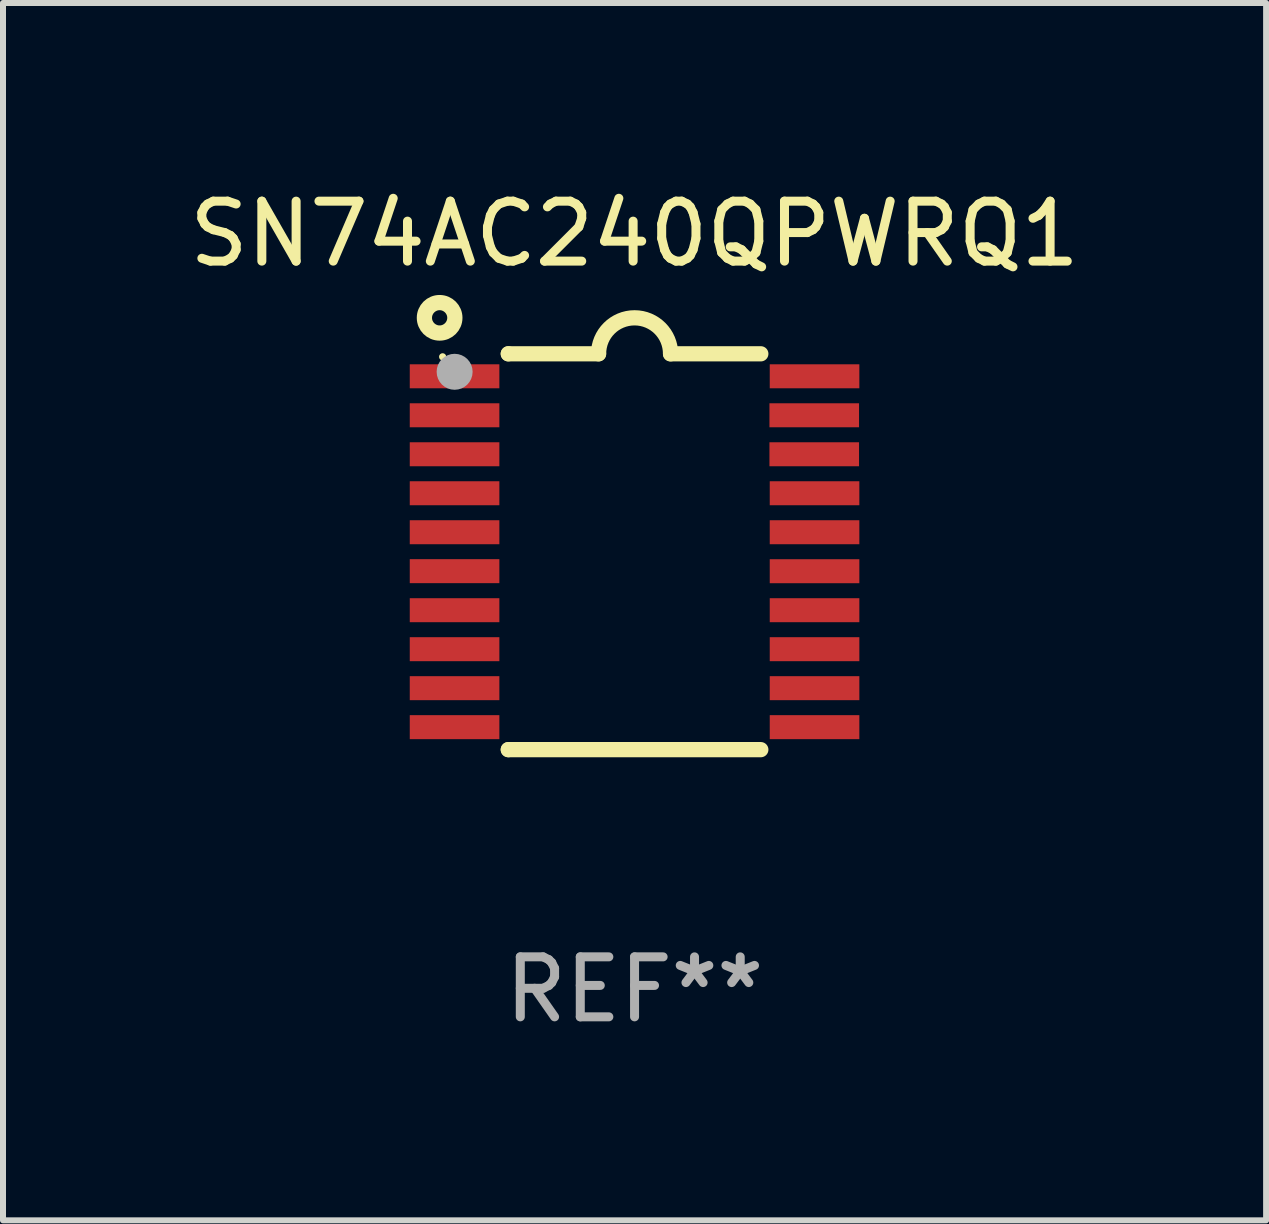
<source format=kicad_pcb>
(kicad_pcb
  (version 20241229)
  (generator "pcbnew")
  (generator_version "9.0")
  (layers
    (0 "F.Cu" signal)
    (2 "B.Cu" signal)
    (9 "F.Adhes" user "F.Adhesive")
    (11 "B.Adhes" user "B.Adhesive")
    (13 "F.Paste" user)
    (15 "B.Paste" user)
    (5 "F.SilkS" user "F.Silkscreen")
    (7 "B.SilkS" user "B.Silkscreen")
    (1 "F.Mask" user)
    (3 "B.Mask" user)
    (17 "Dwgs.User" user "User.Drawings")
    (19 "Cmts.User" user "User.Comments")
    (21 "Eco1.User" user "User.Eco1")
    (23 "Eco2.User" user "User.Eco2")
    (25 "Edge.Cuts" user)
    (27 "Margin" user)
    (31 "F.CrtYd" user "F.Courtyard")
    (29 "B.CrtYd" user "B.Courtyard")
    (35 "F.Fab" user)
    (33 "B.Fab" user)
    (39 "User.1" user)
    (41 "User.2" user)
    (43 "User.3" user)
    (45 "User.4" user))
  (footprint "SN74AC240QPWRQ1"
    (layer "F.Cu")
    (at 7.53 6.149)
    (property "Reference" "SN74AC240QPWRQ1" (at 0 -5.3 0) (layer "F.SilkS") (effects (font (size 1 1) (thickness 0.15))))
    (attr through_hole)
    (fp_line (start -2.105 -3.3) (end -2.105 -3.3) (stroke (width 0.254) (type solid)) (layer "F.SilkS"))
    (fp_line (start -2.105 -3.3) (end -0.6 -3.3) (stroke (width 0.254) (type solid)) (layer "F.SilkS"))
    (fp_line (start -2.105 3.3) (end -2.105 3.3) (stroke (width 0.254) (type solid)) (layer "F.SilkS"))
    (fp_line (start 0.6 -3.3) (end 2.105 -3.3) (stroke (width 0.254) (type solid)) (layer "F.SilkS"))
    (fp_line (start 2.105 3.3) (end -2.105 3.3) (stroke (width 0.254) (type solid)) (layer "F.SilkS"))
    (fp_arc (start -0.599924 -3.300026) (mid 0.000114 -3.897415) (end 0.600152 -3.300025) (stroke (width 0.254001) (type solid)) (layer "F.SilkS"))
    (fp_circle (center -3.25 -3.9) (end -2.996 -3.9) (stroke (width 0.254) (type solid)) (fill no) (layer "F.SilkS"))
    (fp_circle (center -3.2 -3.25) (end -3.17 -3.25) (stroke (width 0.06) (type solid)) (fill no) (layer "F.SilkS"))
    (fp_circle (center -3 -3) (end -2.85 -3) (stroke (width 0.3) (type solid)) (fill no) (layer "F.Fab"))
    (fp_text user "REF**" (at 0 7.3 0) (layer "F.Fab") (effects (font (size 1 1) (thickness 0.15))))
    (pad "1" smd rect (at -3.001 -2.925 270) (size 0.4 1.494) (layers "F.Cu" "F.Mask" "F.Paste"))
    (pad "2" smd rect (at -3.001 -2.275 270) (size 0.4 1.494) (layers "F.Cu" "F.Mask" "F.Paste"))
    (pad "3" smd rect (at -3.001 -1.625 270) (size 0.4 1.494) (layers "F.Cu" "F.Mask" "F.Paste"))
    (pad "4" smd rect (at -3.001 -0.975 270) (size 0.4 1.494) (layers "F.Cu" "F.Mask" "F.Paste"))
    (pad "5" smd rect (at -3.001 -0.325 270) (size 0.4 1.494) (layers "F.Cu" "F.Mask" "F.Paste"))
    (pad "6" smd rect (at -3.001 0.324 270) (size 0.4 1.494) (layers "F.Cu" "F.Mask" "F.Paste"))
    (pad "7" smd rect (at -3.001 0.975 270) (size 0.4 1.494) (layers "F.Cu" "F.Mask" "F.Paste"))
    (pad "8" smd rect (at -3.001 1.625 270) (size 0.4 1.494) (layers "F.Cu" "F.Mask" "F.Paste"))
    (pad "9" smd rect (at -3.001 2.275 270) (size 0.4 1.494) (layers "F.Cu" "F.Mask" "F.Paste"))
    (pad "10" smd rect (at -3.001 2.925 270) (size 0.4 1.494) (layers "F.Cu" "F.Mask" "F.Paste"))
    (pad "11" smd rect (at 3.001 2.925 270) (size 0.4 1.494) (layers "F.Cu" "F.Mask" "F.Paste"))
    (pad "12" smd rect (at 3.001 2.275 270) (size 0.4 1.494) (layers "F.Cu" "F.Mask" "F.Paste"))
    (pad "13" smd rect (at 3.001 1.625 270) (size 0.4 1.494) (layers "F.Cu" "F.Mask" "F.Paste"))
    (pad "14" smd rect (at 3.001 0.975 270) (size 0.4 1.494) (layers "F.Cu" "F.Mask" "F.Paste"))
    (pad "15" smd rect (at 3.001 0.325 270) (size 0.4 1.494) (layers "F.Cu" "F.Mask" "F.Paste"))
    (pad "16" smd rect (at 3.001 -0.325 270) (size 0.4 1.494) (layers "F.Cu" "F.Mask" "F.Paste"))
    (pad "17" smd rect (at 3.001 -0.975 270) (size 0.4 1.494) (layers "F.Cu" "F.Mask" "F.Paste"))
    (pad "18" smd rect (at 2.996 -1.625 270) (size 0.4 1.494) (layers "F.Cu" "F.Mask" "F.Paste"))
    (pad "19" smd rect (at 2.996 -2.275 270) (size 0.4 1.494) (layers "F.Cu" "F.Mask" "F.Paste"))
    (pad "20" smd rect (at 3.001 -2.925 270) (size 0.4 1.494) (layers "F.Cu" "F.Mask" "F.Paste")))
  (gr_rect
    (start -3 -3)
    (end 18.06 17.297)
    (stroke (width 0.1) (type default))
    (fill no)
    (layer "Edge.Cuts")))
</source>
